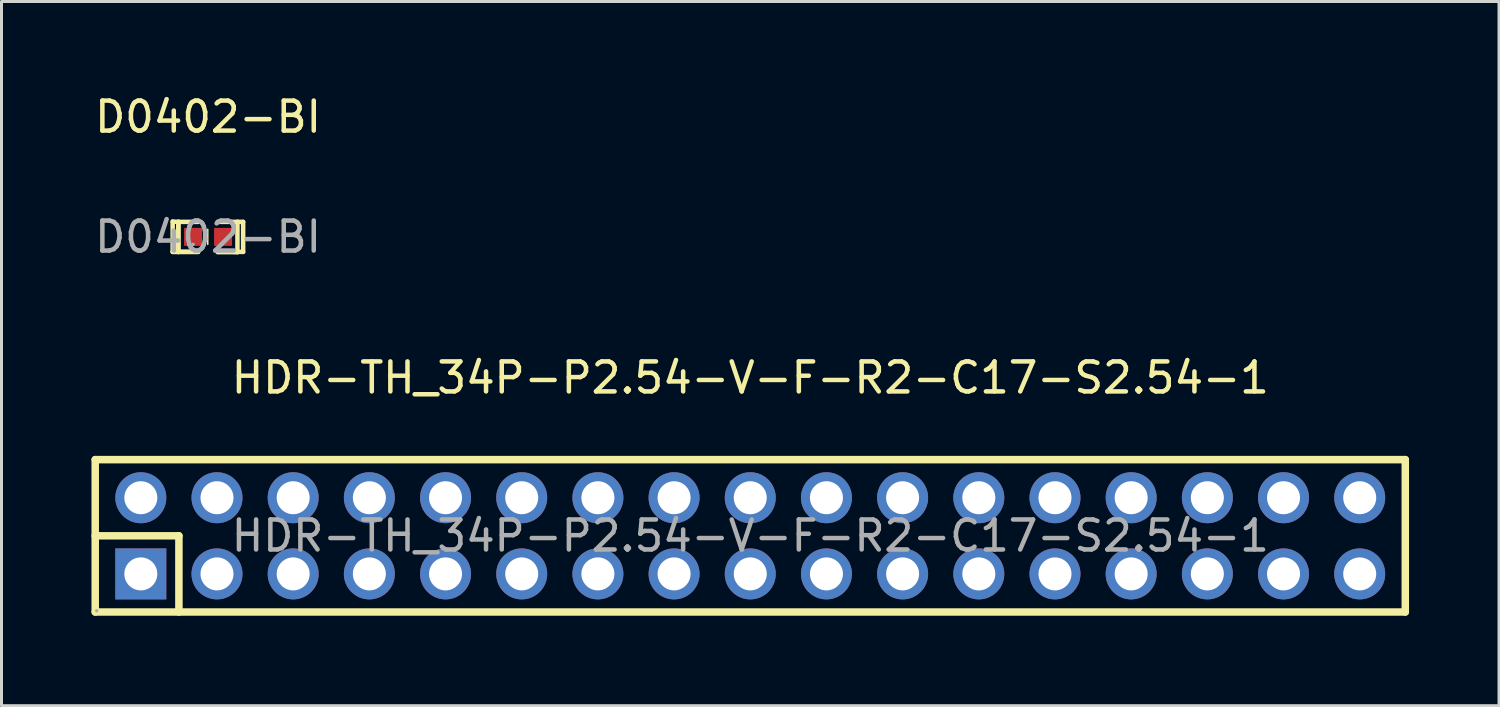
<source format=kicad_pcb>
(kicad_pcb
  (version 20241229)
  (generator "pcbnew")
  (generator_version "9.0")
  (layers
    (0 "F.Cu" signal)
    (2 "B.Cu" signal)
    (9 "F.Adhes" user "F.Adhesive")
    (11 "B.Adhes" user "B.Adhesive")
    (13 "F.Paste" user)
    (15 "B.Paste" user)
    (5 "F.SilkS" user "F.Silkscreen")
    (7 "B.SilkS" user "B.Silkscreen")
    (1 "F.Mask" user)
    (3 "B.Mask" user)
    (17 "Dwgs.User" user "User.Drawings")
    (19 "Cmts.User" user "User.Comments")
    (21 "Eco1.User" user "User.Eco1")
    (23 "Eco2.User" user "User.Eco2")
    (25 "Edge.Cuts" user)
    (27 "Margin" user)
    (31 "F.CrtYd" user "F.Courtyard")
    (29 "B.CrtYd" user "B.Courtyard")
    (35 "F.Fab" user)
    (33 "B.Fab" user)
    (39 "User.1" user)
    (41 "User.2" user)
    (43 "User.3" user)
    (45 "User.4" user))
  (footprint "D0402-BI"
    (layer "F.Cu")
    (at 3.887 4.848)
    (property "Reference" "D0402-BI" (at 0 -4 0) (layer "F.SilkS") (effects (font (size 1 1) (thickness 0.15))))
    (attr smd)
    (fp_line (start -1.18 -0.51) (end -0.99 -0.5) (stroke (width 0.15) (type solid)) (layer "F.SilkS"))
    (fp_line (start -1.18 0.5) (end -1.18 -0.51) (stroke (width 0.15) (type solid)) (layer "F.SilkS"))
    (fp_line (start -0.99 -0.5) (end -0.99 0.5) (stroke (width 0.15) (type solid)) (layer "F.SilkS"))
    (fp_line (start -0.99 -0.5) (end -0.99 0.5) (stroke (width 0.15) (type solid)) (layer "F.SilkS"))
    (fp_line (start -0.99 0.5) (end -1.17 0.5) (stroke (width 0.15) (type solid)) (layer "F.SilkS"))
    (fp_line (start -0.99 0.5) (end -0.33 0.5) (stroke (width 0.15) (type solid)) (layer "F.SilkS"))
    (fp_line (start -0.99 0.5) (end -0.33 0.5) (stroke (width 0.15) (type solid)) (layer "F.SilkS"))
    (fp_line (start -0.98 0.5) (end -1.18 0.5) (stroke (width 0.15) (type solid)) (layer "F.SilkS"))
    (fp_line (start -0.33 -0.5) (end -0.99 -0.5) (stroke (width 0.15) (type solid)) (layer "F.SilkS"))
    (fp_line (start -0.01 -0.25) (end -0.01 0.25) (stroke (width 0.05) (type solid)) (layer "F.SilkS"))
    (fp_line (start 0.32 0.51) (end 0.98 0.51) (stroke (width 0.15) (type solid)) (layer "F.SilkS"))
    (fp_line (start 0.98 -0.5) (end 0.32 -0.5) (stroke (width 0.15) (type solid)) (layer "F.SilkS"))
    (fp_line (start 0.98 -0.5) (end 1.17 -0.5) (stroke (width 0.15) (type solid)) (layer "F.SilkS"))
    (fp_line (start 0.98 0.51) (end 0.98 -0.5) (stroke (width 0.15) (type solid)) (layer "F.SilkS"))
    (fp_line (start 1.17 -0.5) (end 1.17 0.5) (stroke (width 0.15) (type solid)) (layer "F.SilkS"))
    (fp_line (start 1.17 0.5) (end 0.84 0.5) (stroke (width 0.15) (type solid)) (layer "F.SilkS"))
    (fp_circle (center -0.5 0.25) (end -0.47 0.25) (stroke (width 0.06) (type solid)) (fill no) (layer "F.Fab"))
    (fp_text user "${REFERENCE}" (at 0 0 0) (layer "F.Fab") (effects (font (size 1 1) (thickness 0.15))))
    (pad "1" smd rect (at -0.5 0) (size 0.6 0.6) (layers "F.Cu" "F.Mask" "F.Paste"))
    (pad "2" smd rect (at 0.5 0) (size 0.6 0.6) (layers "F.Cu" "F.Mask" "F.Paste")))
  (footprint "HDR-TH_34P-P2.54-V-F-R2-C17-S2.54-1"
    (layer "F.Cu")
    (at 21.965 14.815)
    (property "Reference" "HDR-TH_34P-P2.54-V-F-R2-C17-S2.54-1" (at 0 -5.27 0) (layer "F.SilkS") (effects (font (size 1 1) (thickness 0.15))))
    (attr through_hole)
    (fp_line (start -21.84 -2.54) (end 21.84 -2.54) (stroke (width 0.25) (type solid)) (layer "F.SilkS"))
    (fp_line (start -21.84 0) (end -19.05 0) (stroke (width 0.25) (type solid)) (layer "F.SilkS"))
    (fp_line (start -21.84 2.54) (end -21.84 -2.54) (stroke (width 0.25) (type solid)) (layer "F.SilkS"))
    (fp_line (start -19.05 0) (end -19.05 2.54) (stroke (width 0.25) (type solid)) (layer "F.SilkS"))
    (fp_line (start 21.84 -2.54) (end 21.84 2.54) (stroke (width 0.25) (type solid)) (layer "F.SilkS"))
    (fp_line (start 21.84 2.54) (end -21.84 2.54) (stroke (width 0.25) (type solid)) (layer "F.SilkS"))
    (fp_circle (center -21.79 2.5) (end -21.76 2.5) (stroke (width 0.06) (type solid)) (fill no) (layer "F.Fab"))
    (fp_text user "${REFERENCE}" (at 0 0 0) (layer "F.Fab") (effects (font (size 1 1) (thickness 0.15))))
    (pad "1" thru_hole rect (at -20.32 1.27) (size 1.7 1.7) (drill 1.1) (layers "*.Cu" "*.Mask"))
    (pad "2" thru_hole circle (at -17.78 1.27) (size 1.7 1.7) (drill 1.1) (layers "*.Cu" "*.Mask"))
    (pad "3" thru_hole circle (at -15.24 1.27) (size 1.7 1.7) (drill 1.1) (layers "*.Cu" "*.Mask"))
    (pad "4" thru_hole circle (at -12.7 1.27) (size 1.7 1.7) (drill 1.1) (layers "*.Cu" "*.Mask"))
    (pad "5" thru_hole circle (at -10.16 1.27) (size 1.7 1.7) (drill 1.1) (layers "*.Cu" "*.Mask"))
    (pad "6" thru_hole circle (at -7.62 1.27) (size 1.7 1.7) (drill 1.1) (layers "*.Cu" "*.Mask"))
    (pad "7" thru_hole circle (at -5.08 1.27) (size 1.7 1.7) (drill 1.1) (layers "*.Cu" "*.Mask"))
    (pad "8" thru_hole circle (at -2.54 1.27) (size 1.7 1.7) (drill 1.1) (layers "*.Cu" "*.Mask"))
    (pad "9" thru_hole circle (at 0 1.27) (size 1.7 1.7) (drill 1.1) (layers "*.Cu" "*.Mask"))
    (pad "10" thru_hole circle (at 2.54 1.27) (size 1.7 1.7) (drill 1.1) (layers "*.Cu" "*.Mask"))
    (pad "11" thru_hole circle (at 5.08 1.27) (size 1.7 1.7) (drill 1.1) (layers "*.Cu" "*.Mask"))
    (pad "12" thru_hole circle (at 7.62 1.27) (size 1.7 1.7) (drill 1.1) (layers "*.Cu" "*.Mask"))
    (pad "13" thru_hole circle (at 10.16 1.27) (size 1.7 1.7) (drill 1.1) (layers "*.Cu" "*.Mask"))
    (pad "14" thru_hole circle (at 12.7 1.27) (size 1.7 1.7) (drill 1.1) (layers "*.Cu" "*.Mask"))
    (pad "15" thru_hole circle (at 15.24 1.27) (size 1.7 1.7) (drill 1.1) (layers "*.Cu" "*.Mask"))
    (pad "16" thru_hole circle (at 17.78 1.27) (size 1.7 1.7) (drill 1.1) (layers "*.Cu" "*.Mask"))
    (pad "17" thru_hole circle (at 20.32 1.27) (size 1.7 1.7) (drill 1.1) (layers "*.Cu" "*.Mask"))
    (pad "18" thru_hole circle (at 20.32 -1.27) (size 1.7 1.7) (drill 1.1) (layers "*.Cu" "*.Mask"))
    (pad "19" thru_hole circle (at 17.78 -1.27) (size 1.7 1.7) (drill 1.1) (layers "*.Cu" "*.Mask"))
    (pad "20" thru_hole circle (at 15.24 -1.27) (size 1.7 1.7) (drill 1.1) (layers "*.Cu" "*.Mask"))
    (pad "21" thru_hole circle (at 12.7 -1.27) (size 1.7 1.7) (drill 1.1) (layers "*.Cu" "*.Mask"))
    (pad "22" thru_hole circle (at 10.16 -1.27) (size 1.7 1.7) (drill 1.1) (layers "*.Cu" "*.Mask"))
    (pad "23" thru_hole circle (at 7.62 -1.27) (size 1.7 1.7) (drill 1.1) (layers "*.Cu" "*.Mask"))
    (pad "24" thru_hole circle (at 5.08 -1.27) (size 1.7 1.7) (drill 1.1) (layers "*.Cu" "*.Mask"))
    (pad "25" thru_hole circle (at 2.54 -1.27) (size 1.7 1.7) (drill 1.1) (layers "*.Cu" "*.Mask"))
    (pad "26" thru_hole circle (at 0 -1.27) (size 1.7 1.7) (drill 1.1) (layers "*.Cu" "*.Mask"))
    (pad "27" thru_hole circle (at -2.54 -1.27) (size 1.7 1.7) (drill 1.1) (layers "*.Cu" "*.Mask"))
    (pad "28" thru_hole circle (at -5.08 -1.27) (size 1.7 1.7) (drill 1.1) (layers "*.Cu" "*.Mask"))
    (pad "29" thru_hole circle (at -7.62 -1.27) (size 1.7 1.7) (drill 1.1) (layers "*.Cu" "*.Mask"))
    (pad "30" thru_hole circle (at -10.16 -1.27) (size 1.7 1.7) (drill 1.1) (layers "*.Cu" "*.Mask"))
    (pad "31" thru_hole circle (at -12.7 -1.27) (size 1.7 1.7) (drill 1.1) (layers "*.Cu" "*.Mask"))
    (pad "32" thru_hole circle (at -15.24 -1.27) (size 1.7 1.7) (drill 1.1) (layers "*.Cu" "*.Mask"))
    (pad "33" thru_hole circle (at -17.78 -1.27) (size 1.7 1.7) (drill 1.1) (layers "*.Cu" "*.Mask"))
    (pad "34" thru_hole circle (at -20.32 -1.27) (size 1.7 1.7) (drill 1.1) (layers "*.Cu" "*.Mask")))
  (gr_rect
    (start -3 -3)
    (end 46.93 20.48)
    (stroke (width 0.1) (type default))
    (fill no)
    (layer "Edge.Cuts")))
</source>
